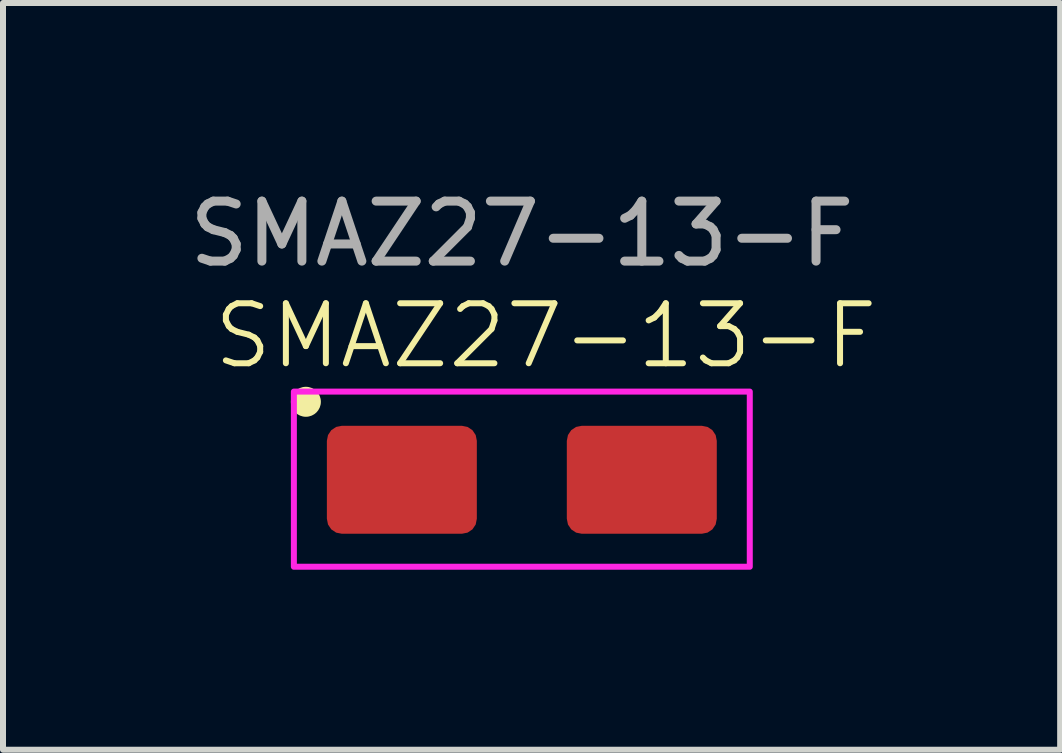
<source format=kicad_pcb>
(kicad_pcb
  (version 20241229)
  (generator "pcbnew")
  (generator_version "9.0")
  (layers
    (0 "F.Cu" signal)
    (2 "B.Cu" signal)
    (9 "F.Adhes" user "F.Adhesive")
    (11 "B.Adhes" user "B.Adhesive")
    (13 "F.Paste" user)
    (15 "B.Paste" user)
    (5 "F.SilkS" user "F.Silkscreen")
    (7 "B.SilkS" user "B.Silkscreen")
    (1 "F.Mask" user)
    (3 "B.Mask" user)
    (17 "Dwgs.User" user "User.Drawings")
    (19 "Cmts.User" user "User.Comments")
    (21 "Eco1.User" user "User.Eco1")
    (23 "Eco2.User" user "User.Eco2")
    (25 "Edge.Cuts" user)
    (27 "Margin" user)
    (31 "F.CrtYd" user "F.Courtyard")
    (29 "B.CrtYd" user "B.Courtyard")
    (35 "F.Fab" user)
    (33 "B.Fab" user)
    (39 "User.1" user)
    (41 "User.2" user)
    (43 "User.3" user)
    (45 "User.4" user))
  (footprint "SMAZ27-13-F"
    (layer "F.Cu")
    (at 3.649 4.948)
    (property "Reference" "SMAZ27-13-F" (at 2.4 -2.4 0) (unlocked yes) (layer "F.SilkS") (effects (font (size 1 1) (thickness 0.1))))
    (attr smd)
    (fp_circle (center -1.6 -1.3) (end -1.4 -1.3) (stroke (width 0.1) (type solid)) (fill yes) (layer "F.SilkS"))
    (fp_rect (start -1.8 -1.47) (end 5.8 1.45) (stroke (width 0.1) (type default)) (fill no) (layer "F.CrtYd"))
    (fp_text user "${REFERENCE}" (at 2 -4.1 0) (unlocked yes) (layer "F.Fab") (effects (font (size 1 1) (thickness 0.15))))
    (pad "1" smd roundrect (at 0 0) (size 2.5 1.8) (layers "F.Cu" "F.Mask" "F.Paste") (roundrect_rratio 0.139))
    (pad "2" smd roundrect (at 4 0) (size 2.5 1.8) (layers "F.Cu" "F.Mask" "F.Paste") (roundrect_rratio 0.139)))
  (gr_rect
    (start -3 -3)
    (end 14.623 9.448)
    (stroke (width 0.1) (type default))
    (fill no)
    (layer "Edge.Cuts")))
</source>
